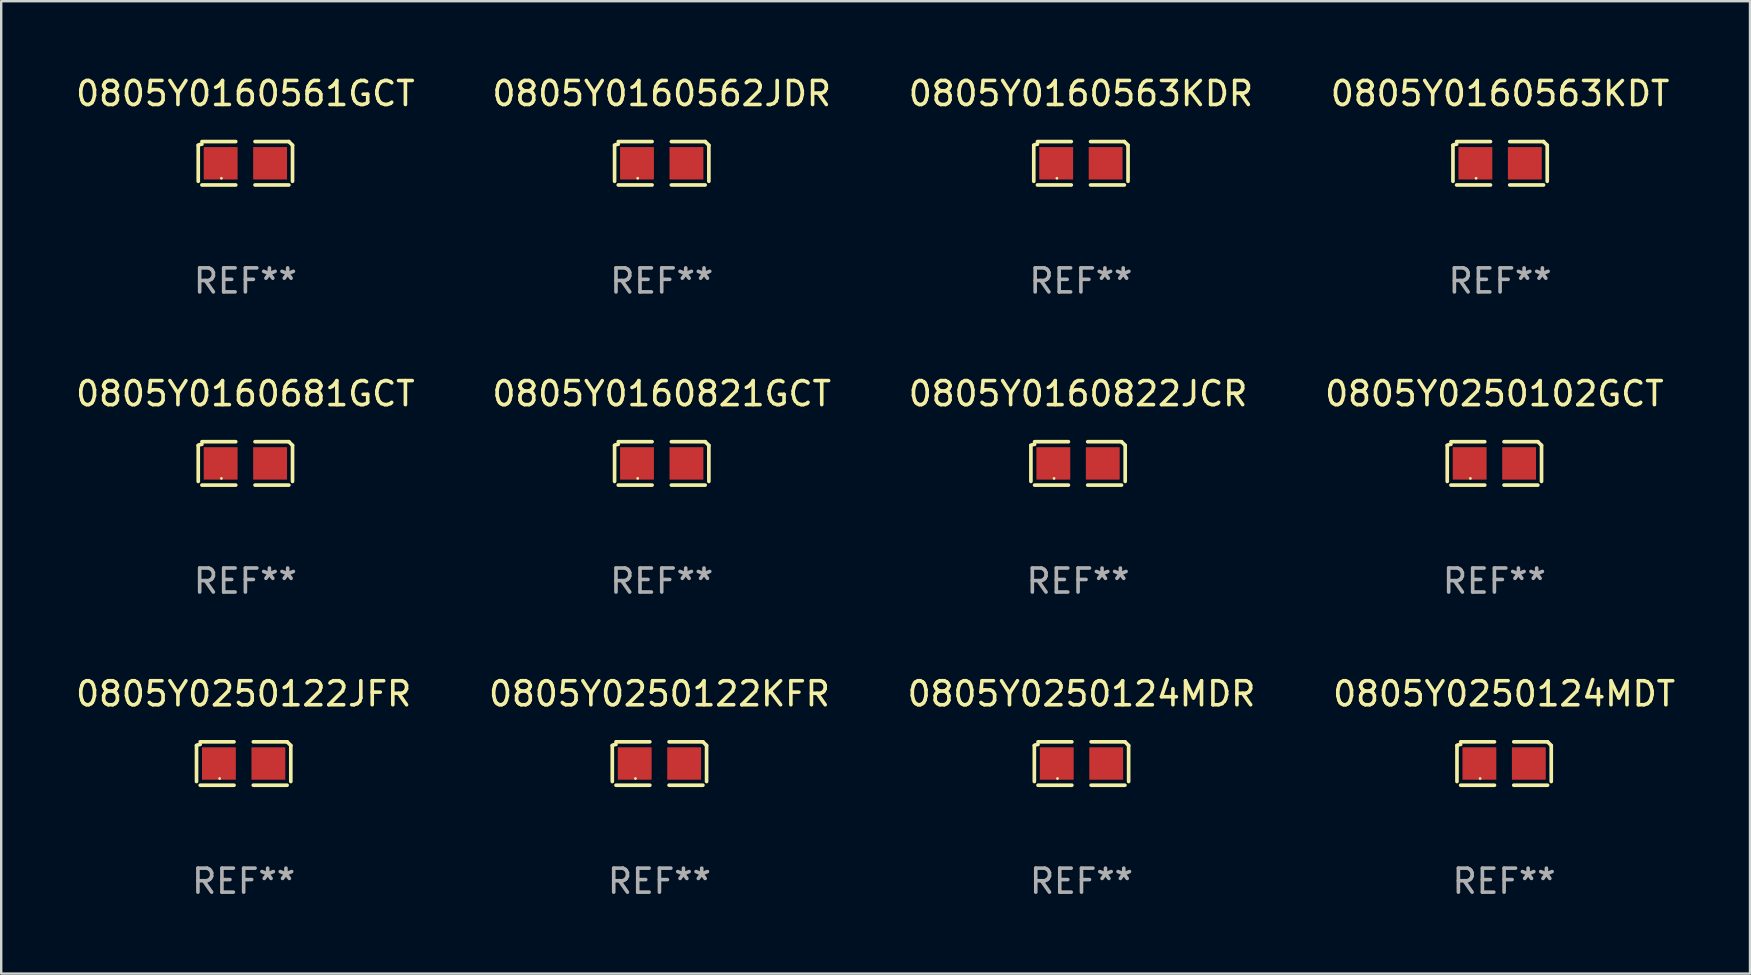
<source format=kicad_pcb>
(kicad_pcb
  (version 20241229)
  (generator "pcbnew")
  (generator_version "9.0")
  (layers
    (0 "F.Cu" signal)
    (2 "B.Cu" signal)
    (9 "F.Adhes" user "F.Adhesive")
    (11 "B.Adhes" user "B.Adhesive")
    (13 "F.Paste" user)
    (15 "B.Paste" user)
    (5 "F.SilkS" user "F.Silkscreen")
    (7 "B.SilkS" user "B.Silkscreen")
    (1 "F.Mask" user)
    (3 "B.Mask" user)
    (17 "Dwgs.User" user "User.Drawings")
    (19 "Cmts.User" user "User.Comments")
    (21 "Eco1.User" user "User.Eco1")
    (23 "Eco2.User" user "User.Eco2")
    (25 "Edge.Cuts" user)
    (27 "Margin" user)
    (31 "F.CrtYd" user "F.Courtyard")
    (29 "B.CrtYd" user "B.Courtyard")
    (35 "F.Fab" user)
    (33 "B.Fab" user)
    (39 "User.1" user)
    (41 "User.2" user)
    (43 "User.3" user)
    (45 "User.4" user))
  (footprint "0805Y0160822JCR"
    (layer "F.Cu")
    (at 41.863 16.256)
    (property "Reference" "0805Y0160822JCR" (at 0 -2.904 0) (layer "F.SilkS") (effects (font (size 1 1) (thickness 0.15))))
    (attr through_hole)
    (fp_line (start -1.964 0.751) (end -1.964 -0.751) (stroke (width 0.152) (type solid)) (layer "F.SilkS"))
    (fp_line (start -1.811 -0.904) (end -0.401 -0.904) (stroke (width 0.152) (type solid)) (layer "F.SilkS"))
    (fp_line (start -0.401 0.904) (end -1.811 0.904) (stroke (width 0.152) (type solid)) (layer "F.SilkS"))
    (fp_line (start 0.401 0.904) (end 1.811 0.904) (stroke (width 0.152) (type solid)) (layer "F.SilkS"))
    (fp_line (start 1.811 -0.904) (end 0.401 -0.904) (stroke (width 0.152) (type solid)) (layer "F.SilkS"))
    (fp_line (start 1.964 0.751) (end 1.964 -0.751) (stroke (width 0.152) (type solid)) (layer "F.SilkS"))
    (fp_arc (start -1.963602 -0.751207) (mid -1.890354 -0.783131) (end -1.811201 -0.794044) (stroke (width 0.1524) (type solid)) (layer "F.SilkS"))
    (fp_arc (start 1.811202 -0.903607) (mid 1.887413 -0.827418) (end 1.963602 -0.751207) (stroke (width 0.1524) (type solid)) (layer "F.SilkS"))
    (fp_circle (center -1 0.625) (end -0.97 0.625) (stroke (width 0.06) (type solid)) (fill no) (layer "F.SilkS"))
    (fp_text user "REF**" (at 0 4.904 0) (layer "F.Fab") (effects (font (size 1 1) (thickness 0.15))))
    (pad "1" smd rect (at -1.03 0) (size 1.41 1.35) (layers "F.Cu" "F.Mask" "F.Paste"))
    (pad "2" smd rect (at 1.03 0) (size 1.41 1.35) (layers "F.Cu" "F.Mask" "F.Paste")))
  (footprint "0805Y0250124MDR"
    (layer "F.Cu")
    (at 42.006 28.759)
    (property "Reference" "0805Y0250124MDR" (at 0 -2.904 0) (layer "F.SilkS") (effects (font (size 1 1) (thickness 0.15))))
    (attr through_hole)
    (fp_line (start -1.964 0.751) (end -1.964 -0.751) (stroke (width 0.152) (type solid)) (layer "F.SilkS"))
    (fp_line (start -1.811 -0.904) (end -0.401 -0.904) (stroke (width 0.152) (type solid)) (layer "F.SilkS"))
    (fp_line (start -0.401 0.904) (end -1.811 0.904) (stroke (width 0.152) (type solid)) (layer "F.SilkS"))
    (fp_line (start 0.401 0.904) (end 1.811 0.904) (stroke (width 0.152) (type solid)) (layer "F.SilkS"))
    (fp_line (start 1.811 -0.904) (end 0.401 -0.904) (stroke (width 0.152) (type solid)) (layer "F.SilkS"))
    (fp_line (start 1.964 0.751) (end 1.964 -0.751) (stroke (width 0.152) (type solid)) (layer "F.SilkS"))
    (fp_arc (start -1.963602 -0.751207) (mid -1.890354 -0.783131) (end -1.811201 -0.794044) (stroke (width 0.1524) (type solid)) (layer "F.SilkS"))
    (fp_arc (start 1.811202 -0.903607) (mid 1.887413 -0.827418) (end 1.963602 -0.751207) (stroke (width 0.1524) (type solid)) (layer "F.SilkS"))
    (fp_circle (center -1 0.625) (end -0.97 0.625) (stroke (width 0.06) (type solid)) (fill no) (layer "F.SilkS"))
    (fp_text user "REF**" (at 0 4.904 0) (layer "F.Fab") (effects (font (size 1 1) (thickness 0.15))))
    (pad "1" smd rect (at -1.03 0) (size 1.41 1.35) (layers "F.Cu" "F.Mask" "F.Paste"))
    (pad "2" smd rect (at 1.03 0) (size 1.41 1.35) (layers "F.Cu" "F.Mask" "F.Paste")))
  (footprint "0805Y0250102GCT"
    (layer "F.Cu")
    (at 59.208 16.256)
    (property "Reference" "0805Y0250102GCT" (at 0 -2.904 0) (layer "F.SilkS") (effects (font (size 1 1) (thickness 0.15))))
    (attr through_hole)
    (fp_line (start -1.964 0.751) (end -1.964 -0.751) (stroke (width 0.152) (type solid)) (layer "F.SilkS"))
    (fp_line (start -1.811 -0.904) (end -0.401 -0.904) (stroke (width 0.152) (type solid)) (layer "F.SilkS"))
    (fp_line (start -0.401 0.904) (end -1.811 0.904) (stroke (width 0.152) (type solid)) (layer "F.SilkS"))
    (fp_line (start 0.401 0.904) (end 1.811 0.904) (stroke (width 0.152) (type solid)) (layer "F.SilkS"))
    (fp_line (start 1.811 -0.904) (end 0.401 -0.904) (stroke (width 0.152) (type solid)) (layer "F.SilkS"))
    (fp_line (start 1.964 0.751) (end 1.964 -0.751) (stroke (width 0.152) (type solid)) (layer "F.SilkS"))
    (fp_arc (start -1.963602 -0.751207) (mid -1.890354 -0.783131) (end -1.811201 -0.794044) (stroke (width 0.1524) (type solid)) (layer "F.SilkS"))
    (fp_arc (start 1.811202 -0.903607) (mid 1.887413 -0.827418) (end 1.963602 -0.751207) (stroke (width 0.1524) (type solid)) (layer "F.SilkS"))
    (fp_circle (center -1 0.625) (end -0.97 0.625) (stroke (width 0.06) (type solid)) (fill no) (layer "F.SilkS"))
    (fp_text user "REF**" (at 0 4.904 0) (layer "F.Fab") (effects (font (size 1 1) (thickness 0.15))))
    (pad "1" smd rect (at -1.03 0) (size 1.41 1.35) (layers "F.Cu" "F.Mask" "F.Paste"))
    (pad "2" smd rect (at 1.03 0) (size 1.41 1.35) (layers "F.Cu" "F.Mask" "F.Paste")))
  (footprint "0805Y0250122KFR"
    (layer "F.Cu")
    (at 24.423 28.759)
    (property "Reference" "0805Y0250122KFR" (at 0 -2.904 0) (layer "F.SilkS") (effects (font (size 1 1) (thickness 0.15))))
    (attr through_hole)
    (fp_line (start -1.964 0.751) (end -1.964 -0.751) (stroke (width 0.152) (type solid)) (layer "F.SilkS"))
    (fp_line (start -1.811 -0.904) (end -0.401 -0.904) (stroke (width 0.152) (type solid)) (layer "F.SilkS"))
    (fp_line (start -0.401 0.904) (end -1.811 0.904) (stroke (width 0.152) (type solid)) (layer "F.SilkS"))
    (fp_line (start 0.401 0.904) (end 1.811 0.904) (stroke (width 0.152) (type solid)) (layer "F.SilkS"))
    (fp_line (start 1.811 -0.904) (end 0.401 -0.904) (stroke (width 0.152) (type solid)) (layer "F.SilkS"))
    (fp_line (start 1.964 0.751) (end 1.964 -0.751) (stroke (width 0.152) (type solid)) (layer "F.SilkS"))
    (fp_arc (start -1.963602 -0.751207) (mid -1.890354 -0.783131) (end -1.811201 -0.794044) (stroke (width 0.1524) (type solid)) (layer "F.SilkS"))
    (fp_arc (start 1.811202 -0.903607) (mid 1.887413 -0.827418) (end 1.963602 -0.751207) (stroke (width 0.1524) (type solid)) (layer "F.SilkS"))
    (fp_circle (center -1 0.625) (end -0.97 0.625) (stroke (width 0.06) (type solid)) (fill no) (layer "F.SilkS"))
    (fp_text user "REF**" (at 0 4.904 0) (layer "F.Fab") (effects (font (size 1 1) (thickness 0.15))))
    (pad "1" smd rect (at -1.03 0) (size 1.41 1.35) (layers "F.Cu" "F.Mask" "F.Paste"))
    (pad "2" smd rect (at 1.03 0) (size 1.41 1.35) (layers "F.Cu" "F.Mask" "F.Paste")))
  (footprint "0805Y0160561GCT"
    (layer "F.Cu")
    (at 7.173 3.752)
    (property "Reference" "0805Y0160561GCT" (at 0 -2.904 0) (layer "F.SilkS") (effects (font (size 1 1) (thickness 0.15))))
    (attr through_hole)
    (fp_line (start -1.964 0.751) (end -1.964 -0.751) (stroke (width 0.152) (type solid)) (layer "F.SilkS"))
    (fp_line (start -1.811 -0.904) (end -0.401 -0.904) (stroke (width 0.152) (type solid)) (layer "F.SilkS"))
    (fp_line (start -0.401 0.904) (end -1.811 0.904) (stroke (width 0.152) (type solid)) (layer "F.SilkS"))
    (fp_line (start 0.401 0.904) (end 1.811 0.904) (stroke (width 0.152) (type solid)) (layer "F.SilkS"))
    (fp_line (start 1.811 -0.904) (end 0.401 -0.904) (stroke (width 0.152) (type solid)) (layer "F.SilkS"))
    (fp_line (start 1.964 0.751) (end 1.964 -0.751) (stroke (width 0.152) (type solid)) (layer "F.SilkS"))
    (fp_arc (start -1.963602 -0.751207) (mid -1.890354 -0.783131) (end -1.811201 -0.794044) (stroke (width 0.1524) (type solid)) (layer "F.SilkS"))
    (fp_arc (start 1.811202 -0.903607) (mid 1.887413 -0.827418) (end 1.963602 -0.751207) (stroke (width 0.1524) (type solid)) (layer "F.SilkS"))
    (fp_circle (center -1 0.625) (end -0.97 0.625) (stroke (width 0.06) (type solid)) (fill no) (layer "F.SilkS"))
    (fp_text user "REF**" (at 0 4.904 0) (layer "F.Fab") (effects (font (size 1 1) (thickness 0.15))))
    (pad "1" smd rect (at -1.03 0) (size 1.41 1.35) (layers "F.Cu" "F.Mask" "F.Paste"))
    (pad "2" smd rect (at 1.03 0) (size 1.41 1.35) (layers "F.Cu" "F.Mask" "F.Paste")))
  (footprint "0805Y0160562JDR"
    (layer "F.Cu")
    (at 24.518 3.752)
    (property "Reference" "0805Y0160562JDR" (at 0 -2.904 0) (layer "F.SilkS") (effects (font (size 1 1) (thickness 0.15))))
    (attr through_hole)
    (fp_line (start -1.964 0.751) (end -1.964 -0.751) (stroke (width 0.152) (type solid)) (layer "F.SilkS"))
    (fp_line (start -1.811 -0.904) (end -0.401 -0.904) (stroke (width 0.152) (type solid)) (layer "F.SilkS"))
    (fp_line (start -0.401 0.904) (end -1.811 0.904) (stroke (width 0.152) (type solid)) (layer "F.SilkS"))
    (fp_line (start 0.401 0.904) (end 1.811 0.904) (stroke (width 0.152) (type solid)) (layer "F.SilkS"))
    (fp_line (start 1.811 -0.904) (end 0.401 -0.904) (stroke (width 0.152) (type solid)) (layer "F.SilkS"))
    (fp_line (start 1.964 0.751) (end 1.964 -0.751) (stroke (width 0.152) (type solid)) (layer "F.SilkS"))
    (fp_arc (start -1.963602 -0.751207) (mid -1.890354 -0.783131) (end -1.811201 -0.794044) (stroke (width 0.1524) (type solid)) (layer "F.SilkS"))
    (fp_arc (start 1.811202 -0.903607) (mid 1.887413 -0.827418) (end 1.963602 -0.751207) (stroke (width 0.1524) (type solid)) (layer "F.SilkS"))
    (fp_circle (center -1 0.625) (end -0.97 0.625) (stroke (width 0.06) (type solid)) (fill no) (layer "F.SilkS"))
    (fp_text user "REF**" (at 0 4.904 0) (layer "F.Fab") (effects (font (size 1 1) (thickness 0.15))))
    (pad "1" smd rect (at -1.03 0) (size 1.41 1.35) (layers "F.Cu" "F.Mask" "F.Paste"))
    (pad "2" smd rect (at 1.03 0) (size 1.41 1.35) (layers "F.Cu" "F.Mask" "F.Paste")))
  (footprint "0805Y0160681GCT"
    (layer "F.Cu")
    (at 7.173 16.256)
    (property "Reference" "0805Y0160681GCT" (at 0 -2.904 0) (layer "F.SilkS") (effects (font (size 1 1) (thickness 0.15))))
    (attr through_hole)
    (fp_line (start -1.964 0.751) (end -1.964 -0.751) (stroke (width 0.152) (type solid)) (layer "F.SilkS"))
    (fp_line (start -1.811 -0.904) (end -0.401 -0.904) (stroke (width 0.152) (type solid)) (layer "F.SilkS"))
    (fp_line (start -0.401 0.904) (end -1.811 0.904) (stroke (width 0.152) (type solid)) (layer "F.SilkS"))
    (fp_line (start 0.401 0.904) (end 1.811 0.904) (stroke (width 0.152) (type solid)) (layer "F.SilkS"))
    (fp_line (start 1.811 -0.904) (end 0.401 -0.904) (stroke (width 0.152) (type solid)) (layer "F.SilkS"))
    (fp_line (start 1.964 0.751) (end 1.964 -0.751) (stroke (width 0.152) (type solid)) (layer "F.SilkS"))
    (fp_arc (start -1.963602 -0.751207) (mid -1.890354 -0.783131) (end -1.811201 -0.794044) (stroke (width 0.1524) (type solid)) (layer "F.SilkS"))
    (fp_arc (start 1.811202 -0.903607) (mid 1.887413 -0.827418) (end 1.963602 -0.751207) (stroke (width 0.1524) (type solid)) (layer "F.SilkS"))
    (fp_circle (center -1 0.625) (end -0.97 0.625) (stroke (width 0.06) (type solid)) (fill no) (layer "F.SilkS"))
    (fp_text user "REF**" (at 0 4.904 0) (layer "F.Fab") (effects (font (size 1 1) (thickness 0.15))))
    (pad "1" smd rect (at -1.03 0) (size 1.41 1.35) (layers "F.Cu" "F.Mask" "F.Paste"))
    (pad "2" smd rect (at 1.03 0) (size 1.41 1.35) (layers "F.Cu" "F.Mask" "F.Paste")))
  (footprint "0805Y0160563KDT"
    (layer "F.Cu")
    (at 59.446 3.752)
    (property "Reference" "0805Y0160563KDT" (at 0 -2.904 0) (layer "F.SilkS") (effects (font (size 1 1) (thickness 0.15))))
    (attr through_hole)
    (fp_line (start -1.964 0.751) (end -1.964 -0.751) (stroke (width 0.152) (type solid)) (layer "F.SilkS"))
    (fp_line (start -1.811 -0.904) (end -0.401 -0.904) (stroke (width 0.152) (type solid)) (layer "F.SilkS"))
    (fp_line (start -0.401 0.904) (end -1.811 0.904) (stroke (width 0.152) (type solid)) (layer "F.SilkS"))
    (fp_line (start 0.401 0.904) (end 1.811 0.904) (stroke (width 0.152) (type solid)) (layer "F.SilkS"))
    (fp_line (start 1.811 -0.904) (end 0.401 -0.904) (stroke (width 0.152) (type solid)) (layer "F.SilkS"))
    (fp_line (start 1.964 0.751) (end 1.964 -0.751) (stroke (width 0.152) (type solid)) (layer "F.SilkS"))
    (fp_arc (start -1.963602 -0.751207) (mid -1.890354 -0.783131) (end -1.811201 -0.794044) (stroke (width 0.1524) (type solid)) (layer "F.SilkS"))
    (fp_arc (start 1.811202 -0.903607) (mid 1.887413 -0.827418) (end 1.963602 -0.751207) (stroke (width 0.1524) (type solid)) (layer "F.SilkS"))
    (fp_circle (center -1 0.625) (end -0.97 0.625) (stroke (width 0.06) (type solid)) (fill no) (layer "F.SilkS"))
    (fp_text user "REF**" (at 0 4.904 0) (layer "F.Fab") (effects (font (size 1 1) (thickness 0.15))))
    (pad "1" smd rect (at -1.03 0) (size 1.41 1.35) (layers "F.Cu" "F.Mask" "F.Paste"))
    (pad "2" smd rect (at 1.03 0) (size 1.41 1.35) (layers "F.Cu" "F.Mask" "F.Paste")))
  (footprint "0805Y0250122JFR"
    (layer "F.Cu")
    (at 7.101 28.759)
    (property "Reference" "0805Y0250122JFR" (at 0 -2.904 0) (layer "F.SilkS") (effects (font (size 1 1) (thickness 0.15))))
    (attr through_hole)
    (fp_line (start -1.964 0.751) (end -1.964 -0.751) (stroke (width 0.152) (type solid)) (layer "F.SilkS"))
    (fp_line (start -1.811 -0.904) (end -0.401 -0.904) (stroke (width 0.152) (type solid)) (layer "F.SilkS"))
    (fp_line (start -0.401 0.904) (end -1.811 0.904) (stroke (width 0.152) (type solid)) (layer "F.SilkS"))
    (fp_line (start 0.401 0.904) (end 1.811 0.904) (stroke (width 0.152) (type solid)) (layer "F.SilkS"))
    (fp_line (start 1.811 -0.904) (end 0.401 -0.904) (stroke (width 0.152) (type solid)) (layer "F.SilkS"))
    (fp_line (start 1.964 0.751) (end 1.964 -0.751) (stroke (width 0.152) (type solid)) (layer "F.SilkS"))
    (fp_arc (start -1.963602 -0.751207) (mid -1.890354 -0.783131) (end -1.811201 -0.794044) (stroke (width 0.1524) (type solid)) (layer "F.SilkS"))
    (fp_arc (start 1.811202 -0.903607) (mid 1.887413 -0.827418) (end 1.963602 -0.751207) (stroke (width 0.1524) (type solid)) (layer "F.SilkS"))
    (fp_circle (center -1 0.625) (end -0.97 0.625) (stroke (width 0.06) (type solid)) (fill no) (layer "F.SilkS"))
    (fp_text user "REF**" (at 0 4.904 0) (layer "F.Fab") (effects (font (size 1 1) (thickness 0.15))))
    (pad "1" smd rect (at -1.03 0) (size 1.41 1.35) (layers "F.Cu" "F.Mask" "F.Paste"))
    (pad "2" smd rect (at 1.03 0) (size 1.41 1.35) (layers "F.Cu" "F.Mask" "F.Paste")))
  (footprint "0805Y0250124MDT"
    (layer "F.Cu")
    (at 59.613 28.759)
    (property "Reference" "0805Y0250124MDT" (at 0 -2.904 0) (layer "F.SilkS") (effects (font (size 1 1) (thickness 0.15))))
    (attr through_hole)
    (fp_line (start -1.964 0.751) (end -1.964 -0.751) (stroke (width 0.152) (type solid)) (layer "F.SilkS"))
    (fp_line (start -1.811 -0.904) (end -0.401 -0.904) (stroke (width 0.152) (type solid)) (layer "F.SilkS"))
    (fp_line (start -0.401 0.904) (end -1.811 0.904) (stroke (width 0.152) (type solid)) (layer "F.SilkS"))
    (fp_line (start 0.401 0.904) (end 1.811 0.904) (stroke (width 0.152) (type solid)) (layer "F.SilkS"))
    (fp_line (start 1.811 -0.904) (end 0.401 -0.904) (stroke (width 0.152) (type solid)) (layer "F.SilkS"))
    (fp_line (start 1.964 0.751) (end 1.964 -0.751) (stroke (width 0.152) (type solid)) (layer "F.SilkS"))
    (fp_arc (start -1.963602 -0.751207) (mid -1.890354 -0.783131) (end -1.811201 -0.794044) (stroke (width 0.1524) (type solid)) (layer "F.SilkS"))
    (fp_arc (start 1.811202 -0.903607) (mid 1.887413 -0.827418) (end 1.963602 -0.751207) (stroke (width 0.1524) (type solid)) (layer "F.SilkS"))
    (fp_circle (center -1 0.625) (end -0.97 0.625) (stroke (width 0.06) (type solid)) (fill no) (layer "F.SilkS"))
    (fp_text user "REF**" (at 0 4.904 0) (layer "F.Fab") (effects (font (size 1 1) (thickness 0.15))))
    (pad "1" smd rect (at -1.03 0) (size 1.41 1.35) (layers "F.Cu" "F.Mask" "F.Paste"))
    (pad "2" smd rect (at 1.03 0) (size 1.41 1.35) (layers "F.Cu" "F.Mask" "F.Paste")))
  (footprint "0805Y0160821GCT"
    (layer "F.Cu")
    (at 24.518 16.256)
    (property "Reference" "0805Y0160821GCT" (at 0 -2.904 0) (layer "F.SilkS") (effects (font (size 1 1) (thickness 0.15))))
    (attr through_hole)
    (fp_line (start -1.964 0.751) (end -1.964 -0.751) (stroke (width 0.152) (type solid)) (layer "F.SilkS"))
    (fp_line (start -1.811 -0.904) (end -0.401 -0.904) (stroke (width 0.152) (type solid)) (layer "F.SilkS"))
    (fp_line (start -0.401 0.904) (end -1.811 0.904) (stroke (width 0.152) (type solid)) (layer "F.SilkS"))
    (fp_line (start 0.401 0.904) (end 1.811 0.904) (stroke (width 0.152) (type solid)) (layer "F.SilkS"))
    (fp_line (start 1.811 -0.904) (end 0.401 -0.904) (stroke (width 0.152) (type solid)) (layer "F.SilkS"))
    (fp_line (start 1.964 0.751) (end 1.964 -0.751) (stroke (width 0.152) (type solid)) (layer "F.SilkS"))
    (fp_arc (start -1.963602 -0.751207) (mid -1.890354 -0.783131) (end -1.811201 -0.794044) (stroke (width 0.1524) (type solid)) (layer "F.SilkS"))
    (fp_arc (start 1.811202 -0.903607) (mid 1.887413 -0.827418) (end 1.963602 -0.751207) (stroke (width 0.1524) (type solid)) (layer "F.SilkS"))
    (fp_circle (center -1 0.625) (end -0.97 0.625) (stroke (width 0.06) (type solid)) (fill no) (layer "F.SilkS"))
    (fp_text user "REF**" (at 0 4.904 0) (layer "F.Fab") (effects (font (size 1 1) (thickness 0.15))))
    (pad "1" smd rect (at -1.03 0) (size 1.41 1.35) (layers "F.Cu" "F.Mask" "F.Paste"))
    (pad "2" smd rect (at 1.03 0) (size 1.41 1.35) (layers "F.Cu" "F.Mask" "F.Paste")))
  (footprint "0805Y0160563KDR"
    (layer "F.Cu")
    (at 41.982 3.752)
    (property "Reference" "0805Y0160563KDR" (at 0 -2.904 0) (layer "F.SilkS") (effects (font (size 1 1) (thickness 0.15))))
    (attr through_hole)
    (fp_line (start -1.964 0.751) (end -1.964 -0.751) (stroke (width 0.152) (type solid)) (layer "F.SilkS"))
    (fp_line (start -1.811 -0.904) (end -0.401 -0.904) (stroke (width 0.152) (type solid)) (layer "F.SilkS"))
    (fp_line (start -0.401 0.904) (end -1.811 0.904) (stroke (width 0.152) (type solid)) (layer "F.SilkS"))
    (fp_line (start 0.401 0.904) (end 1.811 0.904) (stroke (width 0.152) (type solid)) (layer "F.SilkS"))
    (fp_line (start 1.811 -0.904) (end 0.401 -0.904) (stroke (width 0.152) (type solid)) (layer "F.SilkS"))
    (fp_line (start 1.964 0.751) (end 1.964 -0.751) (stroke (width 0.152) (type solid)) (layer "F.SilkS"))
    (fp_arc (start -1.963602 -0.751207) (mid -1.890354 -0.783131) (end -1.811201 -0.794044) (stroke (width 0.1524) (type solid)) (layer "F.SilkS"))
    (fp_arc (start 1.811202 -0.903607) (mid 1.887413 -0.827418) (end 1.963602 -0.751207) (stroke (width 0.1524) (type solid)) (layer "F.SilkS"))
    (fp_circle (center -1 0.625) (end -0.97 0.625) (stroke (width 0.06) (type solid)) (fill no) (layer "F.SilkS"))
    (fp_text user "REF**" (at 0 4.904 0) (layer "F.Fab") (effects (font (size 1 1) (thickness 0.15))))
    (pad "1" smd rect (at -1.03 0) (size 1.41 1.35) (layers "F.Cu" "F.Mask" "F.Paste"))
    (pad "2" smd rect (at 1.03 0) (size 1.41 1.35) (layers "F.Cu" "F.Mask" "F.Paste")))
  (gr_rect
    (start -3 -3)
    (end 69.857 37.511)
    (stroke (width 0.1) (type default))
    (fill no)
    (layer "Edge.Cuts")))
</source>
